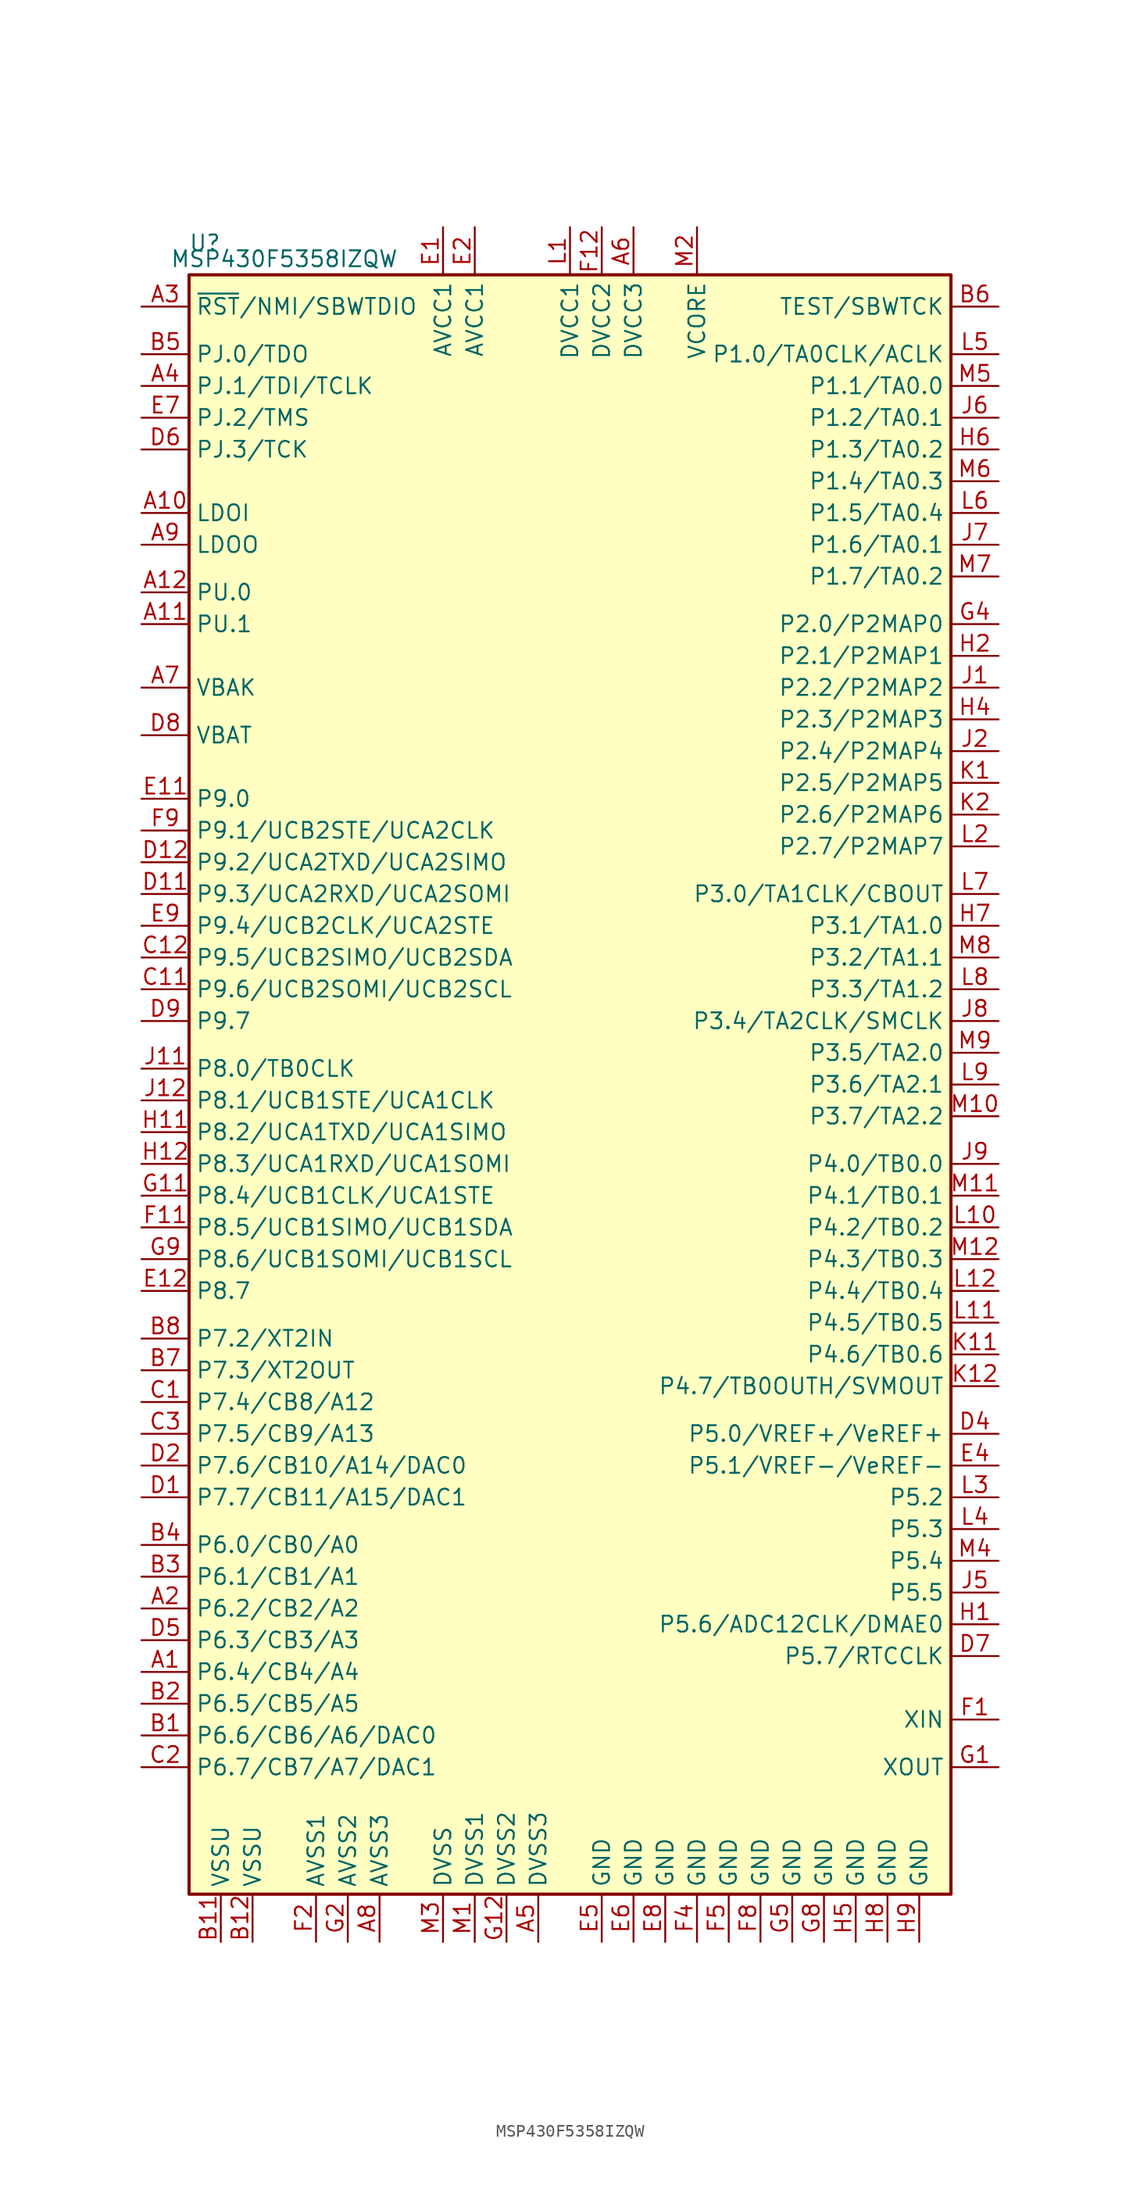
<source format=kicad_sym>
(kicad_symbol_lib
  (version 20241209)
  (generator "kicad_symbol_editor")
  (generator_version "9.0")
  (symbol "MSP430F5358IZQW"
    (property "Reference" "U"
      (at -29.21 68.58 0)
      (effects (font (size 1.27 1.27))))
    (property "Value" "MSP430F5358IZQW"
      (at -22.86 67.31 0)
      (effects (font (size 1.27 1.27))))
    (symbol "MSP430F5358IZQW_0_1"
      (rectangle (start -30.48 66.04) (end 30.48 -63.5) (stroke (width 0.254) (type default)) (fill (type background))))
    (symbol "MSP430F5358IZQW_1_1"
      (pin input line (at -34.29 63.5 0) (length 3.81) (name "~{RST}/NMI/SBWTDIO" (effects (font (size 1.27 1.27)))) (number "A3" (effects (font (size 1.27 1.27)))))
      (pin bidirectional line (at -34.29 59.69 0) (length 3.81) (name "PJ.0/TDO" (effects (font (size 1.27 1.27)))) (number "B5" (effects (font (size 1.27 1.27)))))
      (pin bidirectional line (at -34.29 57.15 0) (length 3.81) (name "PJ.1/TDI/TCLK" (effects (font (size 1.27 1.27)))) (number "A4" (effects (font (size 1.27 1.27)))))
      (pin bidirectional line (at -34.29 54.61 0) (length 3.81) (name "PJ.2/TMS" (effects (font (size 1.27 1.27)))) (number "E7" (effects (font (size 1.27 1.27)))))
      (pin bidirectional line (at -34.29 52.07 0) (length 3.81) (name "PJ.3/TCK" (effects (font (size 1.27 1.27)))) (number "D6" (effects (font (size 1.27 1.27)))))
      (pin bidirectional line (at -34.29 46.99 0) (length 3.81) (name "LDOI" (effects (font (size 1.27 1.27)))) (number "A10" (effects (font (size 1.27 1.27)))))
      (pin bidirectional line (at -34.29 44.45 0) (length 3.81) (name "LDOO" (effects (font (size 1.27 1.27)))) (number "A9" (effects (font (size 1.27 1.27)))))
      (pin bidirectional line (at -34.29 40.64 0) (length 3.81) (name "PU.0" (effects (font (size 1.27 1.27)))) (number "A12" (effects (font (size 1.27 1.27)))))
      (pin bidirectional line (at -34.29 38.1 0) (length 3.81) (name "PU.1" (effects (font (size 1.27 1.27)))) (number "A11" (effects (font (size 1.27 1.27)))))
      (pin bidirectional line (at -34.29 33.02 0) (length 3.81) (name "VBAK" (effects (font (size 1.27 1.27)))) (number "A7" (effects (font (size 1.27 1.27)))))
      (pin bidirectional line (at -34.29 29.21 0) (length 3.81) (name "VBAT" (effects (font (size 1.27 1.27)))) (number "D8" (effects (font (size 1.27 1.27)))))
      (pin bidirectional line (at -34.29 24.13 0) (length 3.81) (name "P9.0" (effects (font (size 1.27 1.27)))) (number "E11" (effects (font (size 1.27 1.27)))))
      (pin bidirectional line (at -34.29 21.59 0) (length 3.81) (name "P9.1/UCB2STE/UCA2CLK" (effects (font (size 1.27 1.27)))) (number "F9" (effects (font (size 1.27 1.27)))))
      (pin bidirectional line (at -34.29 19.05 0) (length 3.81) (name "P9.2/UCA2TXD/UCA2SIMO" (effects (font (size 1.27 1.27)))) (number "D12" (effects (font (size 1.27 1.27)))))
      (pin bidirectional line (at -34.29 16.51 0) (length 3.81) (name "P9.3/UCA2RXD/UCA2SOMI" (effects (font (size 1.27 1.27)))) (number "D11" (effects (font (size 1.27 1.27)))))
      (pin bidirectional line (at -34.29 13.97 0) (length 3.81) (name "P9.4/UCB2CLK/UCA2STE" (effects (font (size 1.27 1.27)))) (number "E9" (effects (font (size 1.27 1.27)))))
      (pin bidirectional line (at -34.29 11.43 0) (length 3.81) (name "P9.5/UCB2SIMO/UCB2SDA" (effects (font (size 1.27 1.27)))) (number "C12" (effects (font (size 1.27 1.27)))))
      (pin bidirectional line (at -34.29 8.89 0) (length 3.81) (name "P9.6/UCB2SOMI/UCB2SCL" (effects (font (size 1.27 1.27)))) (number "C11" (effects (font (size 1.27 1.27)))))
      (pin bidirectional line (at -34.29 6.35 0) (length 3.81) (name "P9.7" (effects (font (size 1.27 1.27)))) (number "D9" (effects (font (size 1.27 1.27)))))
      (pin bidirectional line (at -34.29 2.54 0) (length 3.81) (name "P8.0/TB0CLK" (effects (font (size 1.27 1.27)))) (number "J11" (effects (font (size 1.27 1.27)))))
      (pin bidirectional line (at -34.29 0 0) (length 3.81) (name "P8.1/UCB1STE/UCA1CLK" (effects (font (size 1.27 1.27)))) (number "J12" (effects (font (size 1.27 1.27)))))
      (pin bidirectional line (at -34.29 -2.54 0) (length 3.81) (name "P8.2/UCA1TXD/UCA1SIMO" (effects (font (size 1.27 1.27)))) (number "H11" (effects (font (size 1.27 1.27)))))
      (pin bidirectional line (at -34.29 -5.08 0) (length 3.81) (name "P8.3/UCA1RXD/UCA1SOMI" (effects (font (size 1.27 1.27)))) (number "H12" (effects (font (size 1.27 1.27)))))
      (pin bidirectional line (at -34.29 -7.62 0) (length 3.81) (name "P8.4/UCB1CLK/UCA1STE" (effects (font (size 1.27 1.27)))) (number "G11" (effects (font (size 1.27 1.27)))))
      (pin bidirectional line (at -34.29 -10.16 0) (length 3.81) (name "P8.5/UCB1SIMO/UCB1SDA" (effects (font (size 1.27 1.27)))) (number "F11" (effects (font (size 1.27 1.27)))))
      (pin bidirectional line (at -34.29 -12.7 0) (length 3.81) (name "P8.6/UCB1SOMI/UCB1SCL" (effects (font (size 1.27 1.27)))) (number "G9" (effects (font (size 1.27 1.27)))))
      (pin bidirectional line (at -34.29 -15.24 0) (length 3.81) (name "P8.7" (effects (font (size 1.27 1.27)))) (number "E12" (effects (font (size 1.27 1.27)))))
      (pin bidirectional line (at -34.29 -19.05 0) (length 3.81) (name "P7.2/XT2IN" (effects (font (size 1.27 1.27)))) (number "B8" (effects (font (size 1.27 1.27)))))
      (pin bidirectional line (at -34.29 -21.59 0) (length 3.81) (name "P7.3/XT2OUT" (effects (font (size 1.27 1.27)))) (number "B7" (effects (font (size 1.27 1.27)))))
      (pin bidirectional line (at -34.29 -24.13 0) (length 3.81) (name "P7.4/CB8/A12" (effects (font (size 1.27 1.27)))) (number "C1" (effects (font (size 1.27 1.27)))))
      (pin bidirectional line (at -34.29 -26.67 0) (length 3.81) (name "P7.5/CB9/A13" (effects (font (size 1.27 1.27)))) (number "C3" (effects (font (size 1.27 1.27)))))
      (pin bidirectional line (at -34.29 -29.21 0) (length 3.81) (name "P7.6/CB10/A14/DAC0" (effects (font (size 1.27 1.27)))) (number "D2" (effects (font (size 1.27 1.27)))))
      (pin bidirectional line (at -34.29 -31.75 0) (length 3.81) (name "P7.7/CB11/A15/DAC1" (effects (font (size 1.27 1.27)))) (number "D1" (effects (font (size 1.27 1.27)))))
      (pin bidirectional line (at -34.29 -35.56 0) (length 3.81) (name "P6.0/CB0/A0" (effects (font (size 1.27 1.27)))) (number "B4" (effects (font (size 1.27 1.27)))))
      (pin bidirectional line (at -34.29 -38.1 0) (length 3.81) (name "P6.1/CB1/A1" (effects (font (size 1.27 1.27)))) (number "B3" (effects (font (size 1.27 1.27)))))
      (pin bidirectional line (at -34.29 -40.64 0) (length 3.81) (name "P6.2/CB2/A2" (effects (font (size 1.27 1.27)))) (number "A2" (effects (font (size 1.27 1.27)))))
      (pin bidirectional line (at -34.29 -43.18 0) (length 3.81) (name "P6.3/CB3/A3" (effects (font (size 1.27 1.27)))) (number "D5" (effects (font (size 1.27 1.27)))))
      (pin bidirectional line (at -34.29 -45.72 0) (length 3.81) (name "P6.4/CB4/A4" (effects (font (size 1.27 1.27)))) (number "A1" (effects (font (size 1.27 1.27)))))
      (pin bidirectional line (at -34.29 -48.26 0) (length 3.81) (name "P6.5/CB5/A5" (effects (font (size 1.27 1.27)))) (number "B2" (effects (font (size 1.27 1.27)))))
      (pin bidirectional line (at -34.29 -50.8 0) (length 3.81) (name "P6.6/CB6/A6/DAC0" (effects (font (size 1.27 1.27)))) (number "B1" (effects (font (size 1.27 1.27)))))
      (pin bidirectional line (at -34.29 -53.34 0) (length 3.81) (name "P6.7/CB7/A7/DAC1" (effects (font (size 1.27 1.27)))) (number "C2" (effects (font (size 1.27 1.27)))))
      (pin power_in line (at -27.94 -67.31 90) (length 3.81) (name "VSSU" (effects (font (size 1.27 1.27)))) (number "B11" (effects (font (size 1.27 1.27)))))
      (pin power_in line (at -25.4 -67.31 90) (length 3.81) (name "VSSU" (effects (font (size 1.27 1.27)))) (number "B12" (effects (font (size 1.27 1.27)))))
      (pin power_in line (at -20.32 -67.31 90) (length 3.81) (name "AVSS1" (effects (font (size 1.27 1.27)))) (number "F2" (effects (font (size 1.27 1.27)))))
      (pin power_in line (at -17.78 -67.31 90) (length 3.81) (name "AVSS2" (effects (font (size 1.27 1.27)))) (number "G2" (effects (font (size 1.27 1.27)))))
      (pin power_in line (at -15.24 -67.31 90) (length 3.81) (name "AVSS3" (effects (font (size 1.27 1.27)))) (number "A8" (effects (font (size 1.27 1.27)))))
      (pin power_in line (at -10.16 69.85 270) (length 3.81) (name "AVCC1" (effects (font (size 1.27 1.27)))) (number "E1" (effects (font (size 1.27 1.27)))))
      (pin power_in line (at -10.16 -67.31 90) (length 3.81) (name "DVSS" (effects (font (size 1.27 1.27)))) (number "M3" (effects (font (size 1.27 1.27)))))
      (pin power_in line (at -7.62 69.85 270) (length 3.81) (name "AVCC1" (effects (font (size 1.27 1.27)))) (number "E2" (effects (font (size 1.27 1.27)))))
      (pin power_in line (at -7.62 -67.31 90) (length 3.81) (name "DVSS1" (effects (font (size 1.27 1.27)))) (number "M1" (effects (font (size 1.27 1.27)))))
      (pin power_in line (at -5.08 -67.31 90) (length 3.81) (name "DVSS2" (effects (font (size 1.27 1.27)))) (number "G12" (effects (font (size 1.27 1.27)))))
      (pin power_in line (at -2.54 -67.31 90) (length 3.81) (name "DVSS3" (effects (font (size 1.27 1.27)))) (number "A5" (effects (font (size 1.27 1.27)))))
      (pin power_in line (at 0 69.85 270) (length 3.81) (name "DVCC1" (effects (font (size 1.27 1.27)))) (number "L1" (effects (font (size 1.27 1.27)))))
      (pin power_in line (at 2.54 69.85 270) (length 3.81) (name "DVCC2" (effects (font (size 1.27 1.27)))) (number "F12" (effects (font (size 1.27 1.27)))))
      (pin power_in line (at 2.54 -67.31 90) (length 3.81) (name "GND" (effects (font (size 1.27 1.27)))) (number "E5" (effects (font (size 1.27 1.27)))))
      (pin power_in line (at 5.08 69.85 270) (length 3.81) (name "DVCC3" (effects (font (size 1.27 1.27)))) (number "A6" (effects (font (size 1.27 1.27)))))
      (pin power_in line (at 5.08 -67.31 90) (length 3.81) (name "GND" (effects (font (size 1.27 1.27)))) (number "E6" (effects (font (size 1.27 1.27)))))
      (pin power_in line (at 7.62 -67.31 90) (length 3.81) (name "GND" (effects (font (size 1.27 1.27)))) (number "E8" (effects (font (size 1.27 1.27)))))
      (pin bidirectional line (at 10.16 69.85 270) (length 3.81) (name "VCORE" (effects (font (size 1.27 1.27)))) (number "M2" (effects (font (size 1.27 1.27)))))
      (pin power_in line (at 10.16 -67.31 90) (length 3.81) (name "GND" (effects (font (size 1.27 1.27)))) (number "F4" (effects (font (size 1.27 1.27)))))
      (pin power_in line (at 12.7 -67.31 90) (length 3.81) (name "GND" (effects (font (size 1.27 1.27)))) (number "F5" (effects (font (size 1.27 1.27)))))
      (pin power_in line (at 15.24 -67.31 90) (length 3.81) (name "GND" (effects (font (size 1.27 1.27)))) (number "F8" (effects (font (size 1.27 1.27)))))
      (pin power_in line (at 17.78 -67.31 90) (length 3.81) (name "GND" (effects (font (size 1.27 1.27)))) (number "G5" (effects (font (size 1.27 1.27)))))
      (pin power_in line (at 20.32 -67.31 90) (length 3.81) (name "GND" (effects (font (size 1.27 1.27)))) (number "G8" (effects (font (size 1.27 1.27)))))
      (pin power_in line (at 22.86 -67.31 90) (length 3.81) (name "GND" (effects (font (size 1.27 1.27)))) (number "H5" (effects (font (size 1.27 1.27)))))
      (pin power_in line (at 25.4 -67.31 90) (length 3.81) (name "GND" (effects (font (size 1.27 1.27)))) (number "H8" (effects (font (size 1.27 1.27)))))
      (pin power_in line (at 27.94 -67.31 90) (length 3.81) (name "GND" (effects (font (size 1.27 1.27)))) (number "H9" (effects (font (size 1.27 1.27)))))
      (pin input line (at 34.29 63.5 180) (length 3.81) (name "TEST/SBWTCK" (effects (font (size 1.27 1.27)))) (number "B6" (effects (font (size 1.27 1.27)))))
      (pin bidirectional line (at 34.29 59.69 180) (length 3.81) (name "P1.0/TA0CLK/ACLK" (effects (font (size 1.27 1.27)))) (number "L5" (effects (font (size 1.27 1.27)))))
      (pin bidirectional line (at 34.29 57.15 180) (length 3.81) (name "P1.1/TA0.0" (effects (font (size 1.27 1.27)))) (number "M5" (effects (font (size 1.27 1.27)))))
      (pin bidirectional line (at 34.29 54.61 180) (length 3.81) (name "P1.2/TA0.1" (effects (font (size 1.27 1.27)))) (number "J6" (effects (font (size 1.27 1.27)))))
      (pin bidirectional line (at 34.29 52.07 180) (length 3.81) (name "P1.3/TA0.2" (effects (font (size 1.27 1.27)))) (number "H6" (effects (font (size 1.27 1.27)))))
      (pin bidirectional line (at 34.29 49.53 180) (length 3.81) (name "P1.4/TA0.3" (effects (font (size 1.27 1.27)))) (number "M6" (effects (font (size 1.27 1.27)))))
      (pin bidirectional line (at 34.29 46.99 180) (length 3.81) (name "P1.5/TA0.4" (effects (font (size 1.27 1.27)))) (number "L6" (effects (font (size 1.27 1.27)))))
      (pin bidirectional line (at 34.29 44.45 180) (length 3.81) (name "P1.6/TA0.1" (effects (font (size 1.27 1.27)))) (number "J7" (effects (font (size 1.27 1.27)))))
      (pin bidirectional line (at 34.29 41.91 180) (length 3.81) (name "P1.7/TA0.2" (effects (font (size 1.27 1.27)))) (number "M7" (effects (font (size 1.27 1.27)))))
      (pin bidirectional line (at 34.29 38.1 180) (length 3.81) (name "P2.0/P2MAP0" (effects (font (size 1.27 1.27)))) (number "G4" (effects (font (size 1.27 1.27)))))
      (pin bidirectional line (at 34.29 35.56 180) (length 3.81) (name "P2.1/P2MAP1" (effects (font (size 1.27 1.27)))) (number "H2" (effects (font (size 1.27 1.27)))))
      (pin bidirectional line (at 34.29 33.02 180) (length 3.81) (name "P2.2/P2MAP2" (effects (font (size 1.27 1.27)))) (number "J1" (effects (font (size 1.27 1.27)))))
      (pin bidirectional line (at 34.29 30.48 180) (length 3.81) (name "P2.3/P2MAP3" (effects (font (size 1.27 1.27)))) (number "H4" (effects (font (size 1.27 1.27)))))
      (pin bidirectional line (at 34.29 27.94 180) (length 3.81) (name "P2.4/P2MAP4" (effects (font (size 1.27 1.27)))) (number "J2" (effects (font (size 1.27 1.27)))))
      (pin bidirectional line (at 34.29 25.4 180) (length 3.81) (name "P2.5/P2MAP5" (effects (font (size 1.27 1.27)))) (number "K1" (effects (font (size 1.27 1.27)))))
      (pin bidirectional line (at 34.29 22.86 180) (length 3.81) (name "P2.6/P2MAP6" (effects (font (size 1.27 1.27)))) (number "K2" (effects (font (size 1.27 1.27)))))
      (pin bidirectional line (at 34.29 20.32 180) (length 3.81) (name "P2.7/P2MAP7" (effects (font (size 1.27 1.27)))) (number "L2" (effects (font (size 1.27 1.27)))))
      (pin bidirectional line (at 34.29 16.51 180) (length 3.81) (name "P3.0/TA1CLK/CBOUT" (effects (font (size 1.27 1.27)))) (number "L7" (effects (font (size 1.27 1.27)))))
      (pin bidirectional line (at 34.29 13.97 180) (length 3.81) (name "P3.1/TA1.0" (effects (font (size 1.27 1.27)))) (number "H7" (effects (font (size 1.27 1.27)))))
      (pin bidirectional line (at 34.29 11.43 180) (length 3.81) (name "P3.2/TA1.1" (effects (font (size 1.27 1.27)))) (number "M8" (effects (font (size 1.27 1.27)))))
      (pin bidirectional line (at 34.29 8.89 180) (length 3.81) (name "P3.3/TA1.2" (effects (font (size 1.27 1.27)))) (number "L8" (effects (font (size 1.27 1.27)))))
      (pin bidirectional line (at 34.29 6.35 180) (length 3.81) (name "P3.4/TA2CLK/SMCLK" (effects (font (size 1.27 1.27)))) (number "J8" (effects (font (size 1.27 1.27)))))
      (pin bidirectional line (at 34.29 3.81 180) (length 3.81) (name "P3.5/TA2.0" (effects (font (size 1.27 1.27)))) (number "M9" (effects (font (size 1.27 1.27)))))
      (pin bidirectional line (at 34.29 1.27 180) (length 3.81) (name "P3.6/TA2.1" (effects (font (size 1.27 1.27)))) (number "L9" (effects (font (size 1.27 1.27)))))
      (pin bidirectional line (at 34.29 -1.27 180) (length 3.81) (name "P3.7/TA2.2" (effects (font (size 1.27 1.27)))) (number "M10" (effects (font (size 1.27 1.27)))))
      (pin bidirectional line (at 34.29 -5.08 180) (length 3.81) (name "P4.0/TB0.0" (effects (font (size 1.27 1.27)))) (number "J9" (effects (font (size 1.27 1.27)))))
      (pin bidirectional line (at 34.29 -7.62 180) (length 3.81) (name "P4.1/TB0.1" (effects (font (size 1.27 1.27)))) (number "M11" (effects (font (size 1.27 1.27)))))
      (pin bidirectional line (at 34.29 -10.16 180) (length 3.81) (name "P4.2/TB0.2" (effects (font (size 1.27 1.27)))) (number "L10" (effects (font (size 1.27 1.27)))))
      (pin bidirectional line (at 34.29 -12.7 180) (length 3.81) (name "P4.3/TB0.3" (effects (font (size 1.27 1.27)))) (number "M12" (effects (font (size 1.27 1.27)))))
      (pin bidirectional line (at 34.29 -15.24 180) (length 3.81) (name "P4.4/TB0.4" (effects (font (size 1.27 1.27)))) (number "L12" (effects (font (size 1.27 1.27)))))
      (pin bidirectional line (at 34.29 -17.78 180) (length 3.81) (name "P4.5/TB0.5" (effects (font (size 1.27 1.27)))) (number "L11" (effects (font (size 1.27 1.27)))))
      (pin bidirectional line (at 34.29 -20.32 180) (length 3.81) (name "P4.6/TB0.6" (effects (font (size 1.27 1.27)))) (number "K11" (effects (font (size 1.27 1.27)))))
      (pin bidirectional line (at 34.29 -22.86 180) (length 3.81) (name "P4.7/TB0OUTH/SVMOUT" (effects (font (size 1.27 1.27)))) (number "K12" (effects (font (size 1.27 1.27)))))
      (pin bidirectional line (at 34.29 -26.67 180) (length 3.81) (name "P5.0/VREF+/VeREF+" (effects (font (size 1.27 1.27)))) (number "D4" (effects (font (size 1.27 1.27)))))
      (pin bidirectional line (at 34.29 -29.21 180) (length 3.81) (name "P5.1/VREF-/VeREF-" (effects (font (size 1.27 1.27)))) (number "E4" (effects (font (size 1.27 1.27)))))
      (pin bidirectional line (at 34.29 -31.75 180) (length 3.81) (name "P5.2" (effects (font (size 1.27 1.27)))) (number "L3" (effects (font (size 1.27 1.27)))))
      (pin bidirectional line (at 34.29 -34.29 180) (length 3.81) (name "P5.3" (effects (font (size 1.27 1.27)))) (number "L4" (effects (font (size 1.27 1.27)))))
      (pin bidirectional line (at 34.29 -36.83 180) (length 3.81) (name "P5.4" (effects (font (size 1.27 1.27)))) (number "M4" (effects (font (size 1.27 1.27)))))
      (pin bidirectional line (at 34.29 -39.37 180) (length 3.81) (name "P5.5" (effects (font (size 1.27 1.27)))) (number "J5" (effects (font (size 1.27 1.27)))))
      (pin bidirectional line (at 34.29 -41.91 180) (length 3.81) (name "P5.6/ADC12CLK/DMAE0" (effects (font (size 1.27 1.27)))) (number "H1" (effects (font (size 1.27 1.27)))))
      (pin bidirectional line (at 34.29 -44.45 180) (length 3.81) (name "P5.7/RTCCLK" (effects (font (size 1.27 1.27)))) (number "D7" (effects (font (size 1.27 1.27)))))
      (pin bidirectional line (at 34.29 -49.53 180) (length 3.81) (name "XIN" (effects (font (size 1.27 1.27)))) (number "F1" (effects (font (size 1.27 1.27)))))
      (pin bidirectional line (at 34.29 -53.34 180) (length 3.81) (name "XOUT" (effects (font (size 1.27 1.27)))) (number "G1" (effects (font (size 1.27 1.27))))))))
</source>
